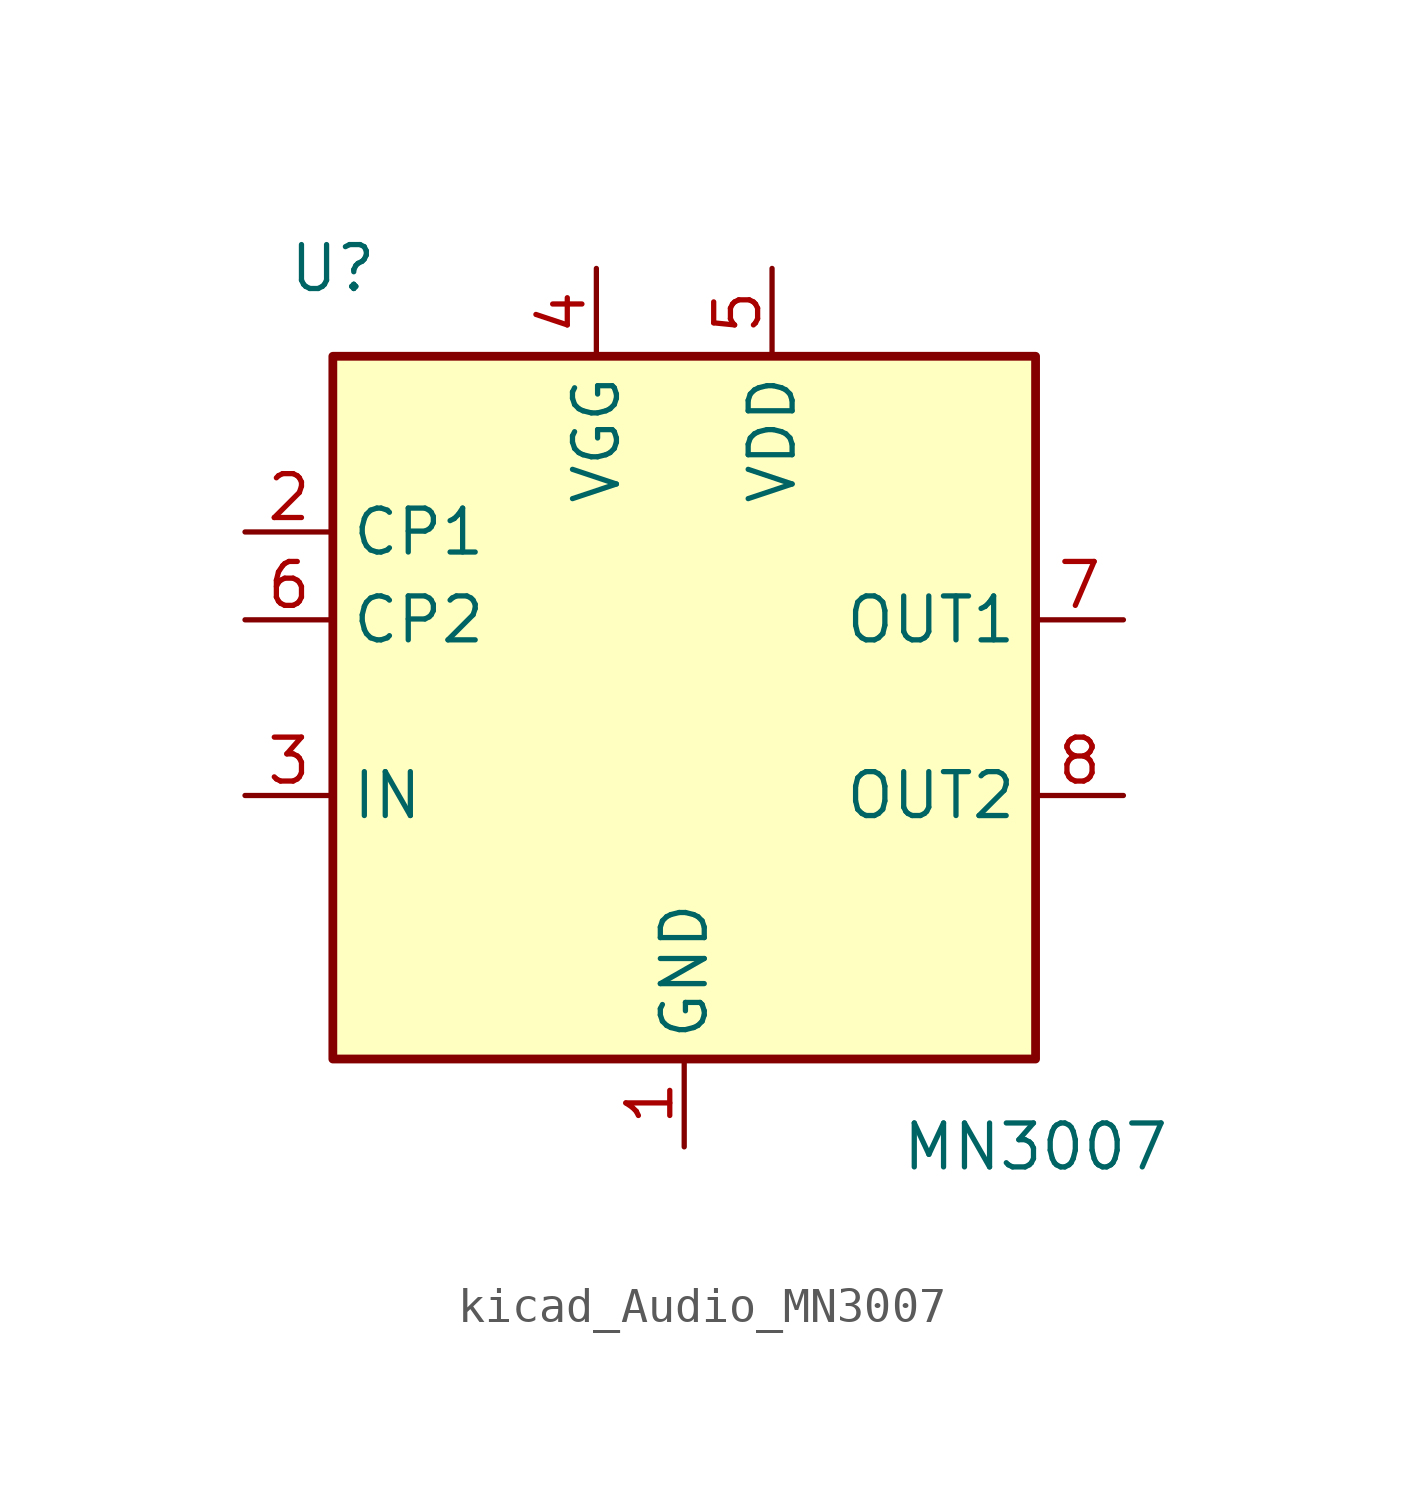
<source format=kicad_sym>
(kicad_symbol_lib
  (version 20220914)
  (generator kicad_symbol_editor)
  (symbol "kicad_Audio_MN3007"
    (property "Reference" "U"
      (at -10.16 12.7 0)
      (effects (font (size 1.27 1.27))))
    (property "Value" "MN3007"
      (at 10.16 -12.7 0)
      (effects (font (size 1.27 1.27))))
    (symbol "kicad_Audio_MN3007_0_1"
      (rectangle (start -10.16 10.16) (end 10.16 -10.16) (stroke (width 0.254) (type default)) (fill (type background))))
    (symbol "kicad_Audio_MN3007_1_1"
      (pin power_in line (at 0 -12.7 90) (length 2.54) (name "GND" (effects (font (size 1.27 1.27)))) (number "1" (effects (font (size 1.27 1.27)))))
      (pin input line (at -12.7 5.08 0) (length 2.54) (name "CP1" (effects (font (size 1.27 1.27)))) (number "2" (effects (font (size 1.27 1.27)))))
      (pin input line (at -12.7 -2.54 0) (length 2.54) (name "IN" (effects (font (size 1.27 1.27)))) (number "3" (effects (font (size 1.27 1.27)))))
      (pin power_in line (at -2.54 12.7 270) (length 2.54) (name "VGG" (effects (font (size 1.27 1.27)))) (number "4" (effects (font (size 1.27 1.27)))))
      (pin power_in line (at 2.54 12.7 270) (length 2.54) (name "VDD" (effects (font (size 1.27 1.27)))) (number "5" (effects (font (size 1.27 1.27)))))
      (pin input line (at -12.7 2.54 0) (length 2.54) (name "CP2" (effects (font (size 1.27 1.27)))) (number "6" (effects (font (size 1.27 1.27)))))
      (pin output line (at 12.7 2.54 180) (length 2.54) (name "OUT1" (effects (font (size 1.27 1.27)))) (number "7" (effects (font (size 1.27 1.27)))))
      (pin output line (at 12.7 -2.54 180) (length 2.54) (name "OUT2" (effects (font (size 1.27 1.27)))) (number "8" (effects (font (size 1.27 1.27))))))))
</source>
